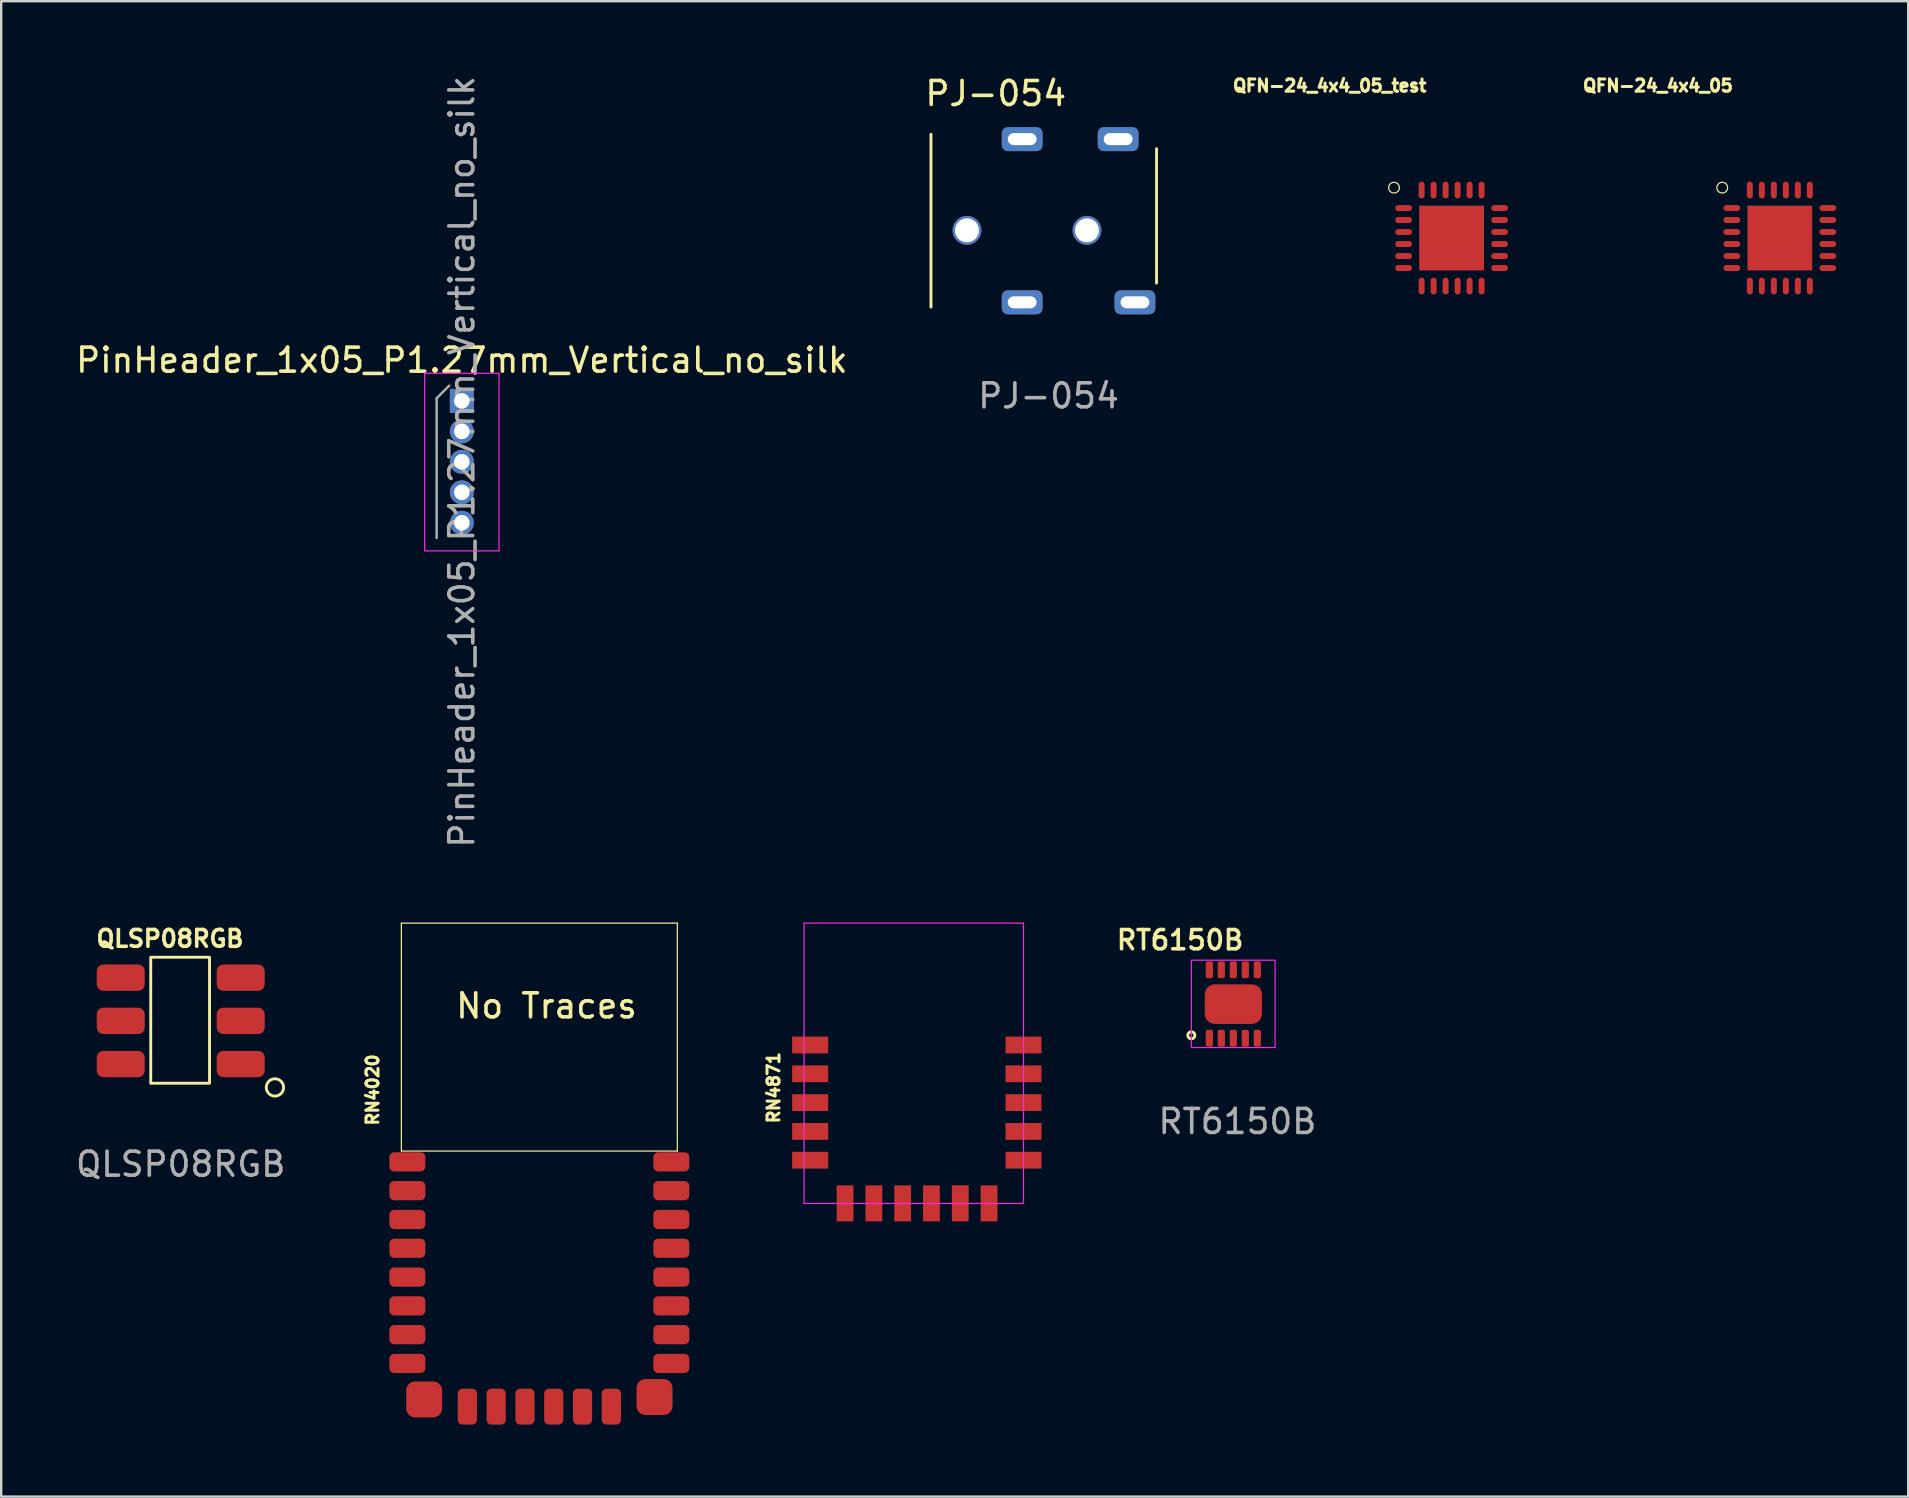
<source format=kicad_pcb>
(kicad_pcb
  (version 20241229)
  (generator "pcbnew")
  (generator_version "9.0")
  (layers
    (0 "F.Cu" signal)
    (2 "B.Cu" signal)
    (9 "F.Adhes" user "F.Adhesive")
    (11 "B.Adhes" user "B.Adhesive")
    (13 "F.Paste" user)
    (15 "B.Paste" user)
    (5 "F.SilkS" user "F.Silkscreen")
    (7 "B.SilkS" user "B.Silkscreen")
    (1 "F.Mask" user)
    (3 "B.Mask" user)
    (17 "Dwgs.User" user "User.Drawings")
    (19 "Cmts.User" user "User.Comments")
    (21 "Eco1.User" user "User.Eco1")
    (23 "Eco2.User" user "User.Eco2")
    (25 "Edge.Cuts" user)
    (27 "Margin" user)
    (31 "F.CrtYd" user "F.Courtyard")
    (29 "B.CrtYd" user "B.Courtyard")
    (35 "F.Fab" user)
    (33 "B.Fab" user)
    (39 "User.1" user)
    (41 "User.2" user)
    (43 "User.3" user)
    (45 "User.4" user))
  (footprint "QFN-24_4x4_05_test"
    (layer "F.Cu")
    (at 57.442 6.87)
    (property "Reference" "QFN-24_4x4_05_test" (at -5.08 -6.35 0) (layer "F.SilkS") (effects (font (size 0.508 0.508) (thickness 0.127))))
    (attr through_hole)
    (fp_circle (center -2.4 -2.1) (end -2.6 -2.2) (stroke (width 0.05) (type solid)) (fill no) (layer "F.SilkS"))
    (pad "1" smd oval (at -2 -1.25) (size 0.7 0.25) (layers "F.Cu" "F.Mask" "F.Paste"))
    (pad "2" smd oval (at -2 -0.75) (size 0.7 0.25) (layers "F.Cu" "F.Mask" "F.Paste"))
    (pad "3" smd oval (at -2 -0.25) (size 0.7 0.25) (layers "F.Cu" "F.Mask" "F.Paste"))
    (pad "4" smd oval (at -2 0.25) (size 0.7 0.25) (layers "F.Cu" "F.Mask" "F.Paste"))
    (pad "5" smd oval (at -2 0.75) (size 0.7 0.25) (layers "F.Cu" "F.Mask" "F.Paste"))
    (pad "6" smd oval (at -2 1.25) (size 0.7 0.25) (layers "F.Cu" "F.Mask" "F.Paste"))
    (pad "7" smd oval (at -1.25 2 90) (size 0.7 0.25) (layers "F.Cu" "F.Mask" "F.Paste"))
    (pad "8" smd oval (at -0.75 2 90) (size 0.7 0.25) (layers "F.Cu" "F.Mask" "F.Paste"))
    (pad "9" smd oval (at -0.25 2 90) (size 0.7 0.25) (layers "F.Cu" "F.Mask" "F.Paste"))
    (pad "10" smd oval (at 0.25 2 90) (size 0.7 0.25) (layers "F.Cu" "F.Mask" "F.Paste"))
    (pad "11" smd oval (at 0.75 2 90) (size 0.7 0.25) (layers "F.Cu" "F.Mask" "F.Paste"))
    (pad "12" smd oval (at 1.25 2 90) (size 0.7 0.25) (layers "F.Cu" "F.Mask" "F.Paste"))
    (pad "13" smd oval (at 2 1.25) (size 0.7 0.25) (layers "F.Cu" "F.Mask" "F.Paste"))
    (pad "14" smd oval (at 2 0.75) (size 0.7 0.25) (layers "F.Cu" "F.Mask" "F.Paste"))
    (pad "15" smd oval (at 2 0.25) (size 0.7 0.25) (layers "F.Cu" "F.Mask" "F.Paste"))
    (pad "16" smd oval (at 2 -0.25) (size 0.7 0.25) (layers "F.Cu" "F.Mask" "F.Paste"))
    (pad "17" smd oval (at 2 -0.75) (size 0.7 0.25) (layers "F.Cu" "F.Mask" "F.Paste"))
    (pad "18" smd oval (at 2 -1.25) (size 0.7 0.25) (layers "F.Cu" "F.Mask" "F.Paste"))
    (pad "19" smd oval (at 1.25 -2 90) (size 0.7 0.25) (layers "F.Cu" "F.Mask" "F.Paste"))
    (pad "20" smd oval (at 0.75 -2 90) (size 0.7 0.25) (layers "F.Cu" "F.Mask" "F.Paste"))
    (pad "21" smd oval (at 0.25 -2 90) (size 0.7 0.25) (layers "F.Cu" "F.Mask" "F.Paste"))
    (pad "22" smd oval (at -0.25 -2 90) (size 0.7 0.25) (layers "F.Cu" "F.Mask" "F.Paste"))
    (pad "23" smd oval (at -0.75 -2 90) (size 0.7 0.25) (layers "F.Cu" "F.Mask" "F.Paste"))
    (pad "24" smd oval (at -1.25 -2 90) (size 0.7 0.25) (layers "F.Cu" "F.Mask" "F.Paste"))
    (pad "25" smd rect (at 0 0 90) (size 2.7 2.7) (layers "F.Cu" "F.Mask" "F.Paste")))
  (footprint "RT6150B"
    (layer "F.Cu")
    (at 48.316 38.814)
    (property "Reference" "RT6150B" (at -2.19 -2.69 0) (unlocked yes) (layer "F.SilkS") (effects (font (size 0.8 0.8) (thickness 0.15))))
    (attr smd)
    (fp_circle (center -1.72 1.28) (end -1.67 1.14) (stroke (width 0.12) (type solid)) (fill no) (layer "F.SilkS"))
    (fp_rect (start -1.72 -1.85) (end 1.77 1.79) (stroke (width 0.05) (type solid)) (fill no) (layer "F.CrtYd"))
    (fp_text user "${REFERENCE}" (at 0.2 4.87 0) (unlocked yes) (layer "F.Fab") (effects (font (size 1 1) (thickness 0.15))))
    (pad "1" smd roundrect (at -0.97 1.4) (size 0.3 0.7) (layers "F.Cu" "F.Mask" "F.Paste") (roundrect_rratio 0.25))
    (pad "2" smd roundrect (at -0.47 1.4) (size 0.3 0.7) (layers "F.Cu" "F.Mask" "F.Paste") (roundrect_rratio 0.25))
    (pad "3" smd roundrect (at 0.03 1.4) (size 0.3 0.7) (layers "F.Cu" "F.Mask" "F.Paste") (roundrect_rratio 0.25))
    (pad "4" smd roundrect (at 0.53 1.4) (size 0.3 0.7) (layers "F.Cu" "F.Mask" "F.Paste") (roundrect_rratio 0.25))
    (pad "5" smd roundrect (at 1.03 1.4) (size 0.3 0.7) (layers "F.Cu" "F.Mask" "F.Paste") (roundrect_rratio 0.25))
    (pad "6" smd roundrect (at 1.03 -1.45) (size 0.3 0.7) (layers "F.Cu" "F.Mask" "F.Paste") (roundrect_rratio 0.25))
    (pad "7" smd roundrect (at 0.53 -1.45) (size 0.3 0.7) (layers "F.Cu" "F.Mask" "F.Paste") (roundrect_rratio 0.25))
    (pad "8" smd roundrect (at 0.03 -1.45) (size 0.3 0.7) (layers "F.Cu" "F.Mask" "F.Paste") (roundrect_rratio 0.25))
    (pad "9" smd roundrect (at -0.47 -1.45) (size 0.3 0.7) (layers "F.Cu" "F.Mask" "F.Paste") (roundrect_rratio 0.25))
    (pad "10" smd roundrect (at -0.97 -1.45) (size 0.3 0.7) (layers "F.Cu" "F.Mask" "F.Paste") (roundrect_rratio 0.25))
    (pad "11" smd roundrect (at 0.03 -0.02) (size 2.38 1.65) (layers "F.Cu" "F.Mask" "F.Paste") (roundrect_rratio 0.25)))
  (footprint "QLSP08RGB"
    (layer "F.Cu")
    (at 4.457 39.491)
    (property "Reference" "QLSP08RGB" (at -0.425 -3.425 0) (unlocked yes) (layer "F.SilkS") (effects (font (size 0.7 0.7) (thickness 0.15))))
    (attr smd)
    (fp_rect (start -1.225 -2.65) (end 1.225 2.6) (stroke (width 0.12) (type solid)) (fill no) (layer "F.SilkS"))
    (fp_circle (center 3.95 2.775) (end 4.15 3.075) (stroke (width 0.12) (type solid)) (fill no) (layer "F.SilkS"))
    (fp_text user "${REFERENCE}" (at 0.025 5.975 0) (unlocked yes) (layer "F.Fab") (effects (font (size 1 1) (thickness 0.15))))
    (pad "1" smd roundrect (at 2.525 1.8) (size 2 1.1) (layers "F.Cu" "F.Mask" "F.Paste") (roundrect_rratio 0.25))
    (pad "2" smd roundrect (at -2.475 1.8) (size 2 1.1) (layers "F.Cu" "F.Mask" "F.Paste") (roundrect_rratio 0.25))
    (pad "3" smd roundrect (at 2.525 0) (size 2 1.1) (layers "F.Cu" "F.Mask" "F.Paste") (roundrect_rratio 0.25))
    (pad "4" smd roundrect (at -2.475 0) (size 2 1.1) (layers "F.Cu" "F.Mask" "F.Paste") (roundrect_rratio 0.25))
    (pad "5" smd roundrect (at 2.525 -1.8) (size 2 1.1) (layers "F.Cu" "F.Mask" "F.Paste") (roundrect_rratio 0.25))
    (pad "6" smd roundrect (at -2.475 -1.8) (size 2 1.1) (layers "F.Cu" "F.Mask" "F.Paste") (roundrect_rratio 0.25)))
  (footprint "QFN-24_4x4_05"
    (layer "F.Cu")
    (at 71.12 6.87)
    (property "Reference" "QFN-24_4x4_05" (at -5.08 -6.35 0) (layer "F.SilkS") (effects (font (size 0.508 0.508) (thickness 0.127))))
    (attr through_hole)
    (fp_circle (center -2.4 -2.1) (end -2.6 -2.2) (stroke (width 0.05) (type solid)) (fill no) (layer "F.SilkS"))
    (pad "1" smd oval (at -2 -1.25) (size 0.7 0.25) (layers "F.Cu" "F.Mask" "F.Paste"))
    (pad "2" smd oval (at -2 -0.75) (size 0.7 0.25) (layers "F.Cu" "F.Mask" "F.Paste"))
    (pad "3" smd oval (at -2 -0.25) (size 0.7 0.25) (layers "F.Cu" "F.Mask" "F.Paste"))
    (pad "4" smd oval (at -2 0.25) (size 0.7 0.25) (layers "F.Cu" "F.Mask" "F.Paste"))
    (pad "5" smd oval (at -2 0.75) (size 0.7 0.25) (layers "F.Cu" "F.Mask" "F.Paste"))
    (pad "6" smd oval (at -2 1.25) (size 0.7 0.25) (layers "F.Cu" "F.Mask" "F.Paste"))
    (pad "7" smd oval (at -1.25 2 90) (size 0.7 0.25) (layers "F.Cu" "F.Mask" "F.Paste"))
    (pad "8" smd oval (at -0.75 2 90) (size 0.7 0.25) (layers "F.Cu" "F.Mask" "F.Paste"))
    (pad "9" smd oval (at -0.25 2 90) (size 0.7 0.25) (layers "F.Cu" "F.Mask" "F.Paste"))
    (pad "10" smd oval (at 0.25 2 90) (size 0.7 0.25) (layers "F.Cu" "F.Mask" "F.Paste"))
    (pad "11" smd oval (at 0.75 2 90) (size 0.7 0.25) (layers "F.Cu" "F.Mask" "F.Paste"))
    (pad "12" smd oval (at 1.25 2 90) (size 0.7 0.25) (layers "F.Cu" "F.Mask" "F.Paste"))
    (pad "13" smd oval (at 2 1.25) (size 0.7 0.25) (layers "F.Cu" "F.Mask" "F.Paste"))
    (pad "14" smd oval (at 2 0.75) (size 0.7 0.25) (layers "F.Cu" "F.Mask" "F.Paste"))
    (pad "15" smd oval (at 2 0.25) (size 0.7 0.25) (layers "F.Cu" "F.Mask" "F.Paste"))
    (pad "16" smd oval (at 2 -0.25) (size 0.7 0.25) (layers "F.Cu" "F.Mask" "F.Paste"))
    (pad "17" smd oval (at 2 -0.75) (size 0.7 0.25) (layers "F.Cu" "F.Mask" "F.Paste"))
    (pad "18" smd oval (at 2 -1.25) (size 0.7 0.25) (layers "F.Cu" "F.Mask" "F.Paste"))
    (pad "19" smd oval (at 1.25 -2 90) (size 0.7 0.25) (layers "F.Cu" "F.Mask" "F.Paste"))
    (pad "20" smd oval (at 0.75 -2 90) (size 0.7 0.25) (layers "F.Cu" "F.Mask" "F.Paste"))
    (pad "21" smd oval (at 0.25 -2 90) (size 0.7 0.25) (layers "F.Cu" "F.Mask" "F.Paste"))
    (pad "22" smd oval (at -0.25 -2 90) (size 0.7 0.25) (layers "F.Cu" "F.Mask" "F.Paste"))
    (pad "23" smd oval (at -0.75 -2 90) (size 0.7 0.25) (layers "F.Cu" "F.Mask" "F.Paste"))
    (pad "24" smd oval (at -1.25 -2 90) (size 0.7 0.25) (layers "F.Cu" "F.Mask" "F.Paste"))
    (pad "25" smd rect (at 0 0 90) (size 2.7 2.7) (layers "F.Cu" "F.Mask" "F.Paste")))
  (footprint "RN4871"
    (layer "F.Cu")
    (at 35.284 40.498)
    (property "Reference" "RN4871" (at -6.096 1.778 90) (layer "F.SilkS") (effects (font (size 0.5 0.5) (thickness 0.125))))
    (attr through_hole)
    (fp_line (start -4.826 -5.08) (end 4.318 -5.08) (stroke (width 0.05) (type solid)) (layer "F.CrtYd"))
    (fp_line (start -4.826 6.604) (end -4.826 -5.08) (stroke (width 0.05) (type solid)) (layer "F.CrtYd"))
    (fp_line (start 4.318 -5.08) (end 4.318 6.604) (stroke (width 0.05) (type solid)) (layer "F.CrtYd"))
    (fp_line (start 4.318 6.604) (end -4.826 6.604) (stroke (width 0.05) (type solid)) (layer "F.CrtYd"))
    (pad "1" smd rect (at -4.572 0) (size 1.5 0.7) (layers "F.Cu" "F.Mask" "F.Paste"))
    (pad "2" smd rect (at -4.572 1.2) (size 1.5 0.7) (layers "F.Cu" "F.Mask" "F.Paste"))
    (pad "3" smd rect (at -4.572 2.4) (size 1.5 0.7) (layers "F.Cu" "F.Mask" "F.Paste"))
    (pad "4" smd rect (at -4.572 3.6) (size 1.5 0.7) (layers "F.Cu" "F.Mask" "F.Paste"))
    (pad "5" smd rect (at -4.572 4.8) (size 1.5 0.7) (layers "F.Cu" "F.Mask" "F.Paste"))
    (pad "6" smd rect (at -3.118 6.6 90) (size 1.5 0.7) (layers "F.Cu" "F.Mask" "F.Paste"))
    (pad "7" smd rect (at -1.918 6.6 90) (size 1.5 0.7) (layers "F.Cu" "F.Mask" "F.Paste"))
    (pad "8" smd rect (at -0.718 6.6 90) (size 1.5 0.7) (layers "F.Cu" "F.Mask" "F.Paste"))
    (pad "9" smd rect (at 0.482 6.6 90) (size 1.5 0.7) (layers "F.Cu" "F.Mask" "F.Paste"))
    (pad "10" smd rect (at 1.682 6.6 270) (size 1.5 0.7) (layers "F.Cu" "F.Mask" "F.Paste"))
    (pad "11" smd rect (at 2.882 6.6 90) (size 1.5 0.7) (layers "F.Cu" "F.Mask" "F.Paste"))
    (pad "12" smd rect (at 4.318 4.8) (size 1.5 0.7) (layers "F.Cu" "F.Mask" "F.Paste"))
    (pad "13" smd rect (at 4.318 3.6) (size 1.5 0.7) (layers "F.Cu" "F.Mask" "F.Paste"))
    (pad "14" smd rect (at 4.318 2.4) (size 1.5 0.7) (layers "F.Cu" "F.Mask" "F.Paste"))
    (pad "15" smd rect (at 4.318 1.2) (size 1.5 0.7) (layers "F.Cu" "F.Mask" "F.Paste"))
    (pad "16" smd rect (at 4.318 0) (size 1.5 0.7) (layers "F.Cu" "F.Mask" "F.Paste")))
  (footprint "PJ-054"
    (layer "F.Cu")
    (at 40.546 5.848)
    (property "Reference" "PJ-054" (at -2.1 -5 0) (unlocked yes) (layer "F.SilkS") (effects (font (size 1 1) (thickness 0.15))))
    (attr smd)
    (fp_line (start -4.8 3.9) (end -4.8 -3.3) (stroke (width 0.12) (type solid)) (layer "F.SilkS"))
    (fp_line (start 4.6 2.9) (end 4.6 -2.7) (stroke (width 0.12) (type solid)) (layer "F.SilkS"))
    (fp_text user "${REFERENCE}" (at 0.1 7.6 0) (unlocked yes) (layer "F.Fab") (effects (font (size 1 1) (thickness 0.15))))
    (pad "" np_thru_hole circle (at -3.3 0.7) (size 1.2 1.2) (drill 1) (layers "*.Cu" "*.Mask"))
    (pad "" np_thru_hole circle (at 1.7 0.7) (size 1.2 1.2) (drill 1) (layers "*.Cu" "*.Mask"))
    (pad "1" thru_hole roundrect (at -1 -3.1) (size 1.7 1) (drill oval 1.2 0.5) (layers "*.Cu" "*.Paste" "*.Mask") (roundrect_rratio 0.25))
    (pad "1" thru_hole roundrect (at 3 -3.1) (size 1.7 1) (drill oval 1.2 0.5) (layers "*.Cu" "*.Paste" "*.Mask") (roundrect_rratio 0.25))
    (pad "2" thru_hole roundrect (at -1 3.7) (size 1.7 1) (drill oval 1.2 0.5) (layers "*.Cu" "*.Paste" "*.Mask") (roundrect_rratio 0.25))
    (pad "3" thru_hole roundrect (at 3.7 3.7) (size 1.7 1) (drill oval 1.2 0.5) (layers "*.Cu" "*.Paste" "*.Mask") (roundrect_rratio 0.25)))
  (footprint "PinHeader_1x05_P1.27mm_Vertical_no_silk"
    (layer "F.Cu")
    (at 16.196 13.656)
    (property "Reference" "PinHeader_1x05_P1.27mm_Vertical_no_silk" (at 0 -1.695 0) (layer "F.SilkS") (effects (font (size 1 1) (thickness 0.15))))
    (attr through_hole)
    (fp_line (start -1.55 -1.15) (end -1.55 6.25) (stroke (width 0.05) (type solid)) (layer "F.CrtYd"))
    (fp_line (start -1.55 6.25) (end 1.55 6.25) (stroke (width 0.05) (type solid)) (layer "F.CrtYd"))
    (fp_line (start 1.55 -1.15) (end -1.55 -1.15) (stroke (width 0.05) (type solid)) (layer "F.CrtYd"))
    (fp_line (start 1.55 6.25) (end 1.55 -1.15) (stroke (width 0.05) (type solid)) (layer "F.CrtYd"))
    (fp_line (start -1.05 -0.11) (end -0.525 -0.635) (stroke (width 0.1) (type solid)) (layer "F.Fab"))
    (fp_line (start -1.05 5.715) (end -1.05 -0.11) (stroke (width 0.1) (type solid)) (layer "F.Fab"))
    (fp_text user "${REFERENCE}" (at 0 2.54 90) (layer "F.Fab") (effects (font (size 1 1) (thickness 0.15))))
    (pad "1" thru_hole rect (at 0 0) (size 1 1) (drill 0.65) (layers "*.Cu" "*.Mask"))
    (pad "2" thru_hole oval (at 0 1.27) (size 1 1) (drill 0.65) (layers "*.Cu" "*.Mask"))
    (pad "3" thru_hole oval (at 0 2.54) (size 1 1) (drill 0.65) (layers "*.Cu" "*.Mask"))
    (pad "4" thru_hole oval (at 0 3.81) (size 1 1) (drill 0.65) (layers "*.Cu" "*.Mask"))
    (pad "5" thru_hole oval (at 0 5.08) (size 1 1) (drill 0.65) (layers "*.Cu" "*.Mask")))
  (footprint "RN4020"
    (layer "F.Cu")
    (at 13.926 45.368)
    (property "Reference" "RN4020" (at -1.45 -3 90) (layer "F.SilkS") (effects (font (size 0.5 0.5) (thickness 0.125))))
    (attr through_hole)
    (fp_line (start -0.25 -9.95) (end 11.05 -9.95) (stroke (width 0.05) (type solid)) (layer "F.SilkS"))
    (fp_line (start -0.25 -0.45) (end -0.25 -9.95) (stroke (width 0.05) (type solid)) (layer "F.SilkS"))
    (fp_line (start 11.05 -9.95) (end 11.25 -9.95) (stroke (width 0.05) (type solid)) (layer "F.SilkS"))
    (fp_line (start 11.25 -9.95) (end 11.25 -0.5) (stroke (width 0.05) (type solid)) (layer "F.SilkS"))
    (fp_line (start 11.25 -0.45) (end -0.25 -0.45) (stroke (width 0.05) (type solid)) (layer "F.SilkS"))
    (fp_line (start 11.25 -0.45) (end 11.25 -0.5) (stroke (width 0.05) (type solid)) (layer "F.SilkS"))
    (fp_text user "No Traces" (at 5.8 -6.5 0) (layer "F.SilkS") (effects (font (size 1 1) (thickness 0.15))))
    (pad "1" smd roundrect (at 0 0) (size 1.5 0.8) (layers "F.Cu" "F.Mask" "F.Paste") (roundrect_rratio 0.25))
    (pad "2" smd roundrect (at 0 1.2) (size 1.5 0.8) (layers "F.Cu" "F.Mask" "F.Paste") (roundrect_rratio 0.25))
    (pad "3" smd roundrect (at 0 2.4) (size 1.5 0.8) (layers "F.Cu" "F.Mask" "F.Paste") (roundrect_rratio 0.25))
    (pad "4" smd roundrect (at 0 3.6) (size 1.5 0.8) (layers "F.Cu" "F.Mask" "F.Paste") (roundrect_rratio 0.25))
    (pad "5" smd roundrect (at 0 4.8) (size 1.5 0.8) (layers "F.Cu" "F.Mask" "F.Paste") (roundrect_rratio 0.25))
    (pad "6" smd roundrect (at 0 6) (size 1.5 0.8) (layers "F.Cu" "F.Mask" "F.Paste") (roundrect_rratio 0.25))
    (pad "7" smd roundrect (at 0 7.2) (size 1.5 0.8) (layers "F.Cu" "F.Mask" "F.Paste") (roundrect_rratio 0.25))
    (pad "8" smd roundrect (at 0 8.4) (size 1.5 0.8) (layers "F.Cu" "F.Mask" "F.Paste") (roundrect_rratio 0.25))
    (pad "9" smd roundrect (at 0.7 9.9 90) (size 1.5 1.5) (layers "F.Cu" "F.Mask" "F.Paste") (roundrect_rratio 0.25))
    (pad "10" smd roundrect (at 2.5 10.2 90) (size 1.5 0.8) (layers "F.Cu" "F.Mask" "F.Paste") (roundrect_rratio 0.25))
    (pad "11" smd roundrect (at 3.7 10.2 90) (size 1.5 0.8) (layers "F.Cu" "F.Mask" "F.Paste") (roundrect_rratio 0.25))
    (pad "12" smd roundrect (at 4.9 10.2 90) (size 1.5 0.8) (layers "F.Cu" "F.Mask" "F.Paste") (roundrect_rratio 0.25))
    (pad "13" smd roundrect (at 6.1 10.2 90) (size 1.5 0.8) (layers "F.Cu" "F.Mask" "F.Paste") (roundrect_rratio 0.25))
    (pad "14" smd roundrect (at 7.3 10.2 90) (size 1.5 0.8) (layers "F.Cu" "F.Mask" "F.Paste") (roundrect_rratio 0.25))
    (pad "15" smd roundrect (at 8.5 10.2 90) (size 1.5 0.8) (layers "F.Cu" "F.Mask" "F.Paste") (roundrect_rratio 0.25))
    (pad "16" smd roundrect (at 10.3 9.8 90) (size 1.5 1.5) (layers "F.Cu" "F.Mask" "F.Paste") (roundrect_rratio 0.25))
    (pad "17" smd roundrect (at 11 8.4) (size 1.5 0.8) (layers "F.Cu" "F.Mask" "F.Paste") (roundrect_rratio 0.25))
    (pad "18" smd roundrect (at 11 7.2) (size 1.5 0.8) (layers "F.Cu" "F.Mask" "F.Paste") (roundrect_rratio 0.25))
    (pad "19" smd roundrect (at 11 6) (size 1.5 0.8) (layers "F.Cu" "F.Mask" "F.Paste") (roundrect_rratio 0.25))
    (pad "20" smd roundrect (at 11 4.8) (size 1.5 0.8) (layers "F.Cu" "F.Mask" "F.Paste") (roundrect_rratio 0.25))
    (pad "21" smd roundrect (at 11 3.6) (size 1.5 0.8) (layers "F.Cu" "F.Mask" "F.Paste") (roundrect_rratio 0.25))
    (pad "22" smd roundrect (at 11 2.4) (size 1.5 0.8) (layers "F.Cu" "F.Mask" "F.Paste") (roundrect_rratio 0.25))
    (pad "23" smd roundrect (at 11 1.2) (size 1.5 0.8) (layers "F.Cu" "F.Mask" "F.Paste") (roundrect_rratio 0.25))
    (pad "24" smd roundrect (at 11 0) (size 1.5 0.8) (layers "F.Cu" "F.Mask" "F.Paste") (roundrect_rratio 0.25)))
  (gr_rect
    (start -3 -3)
    (end 76.47 59.318)
    (stroke (width 0.1) (type default))
    (fill no)
    (layer "Edge.Cuts")))
</source>
